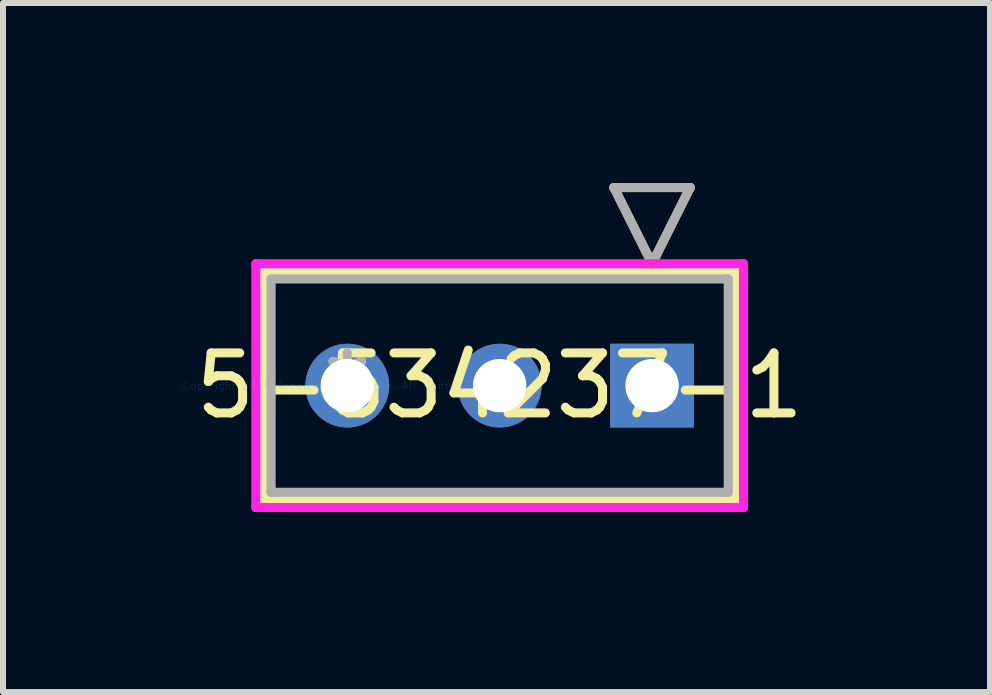
<source format=kicad_pcb>
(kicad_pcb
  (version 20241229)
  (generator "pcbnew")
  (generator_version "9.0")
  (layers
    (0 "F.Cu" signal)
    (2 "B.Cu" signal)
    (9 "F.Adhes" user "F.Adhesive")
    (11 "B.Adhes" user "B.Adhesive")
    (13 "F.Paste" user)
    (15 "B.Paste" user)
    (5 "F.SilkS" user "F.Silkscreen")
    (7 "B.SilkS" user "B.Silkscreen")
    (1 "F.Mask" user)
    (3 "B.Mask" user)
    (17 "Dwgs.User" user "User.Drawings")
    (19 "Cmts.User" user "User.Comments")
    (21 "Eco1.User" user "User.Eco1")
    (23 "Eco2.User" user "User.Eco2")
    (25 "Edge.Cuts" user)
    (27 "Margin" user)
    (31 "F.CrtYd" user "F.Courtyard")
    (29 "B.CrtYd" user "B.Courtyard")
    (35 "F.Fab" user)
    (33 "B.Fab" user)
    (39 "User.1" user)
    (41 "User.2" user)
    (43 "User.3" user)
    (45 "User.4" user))
  (footprint "5-534237-1"
    (layer "F.Cu")
    (at 2.739 3.378)
    (property "Reference" "5-534237-1" (at 2.54 0 0) (layer "F.SilkS") (effects (font (size 1 1) (thickness 0.15))))
    (attr through_hole)
    (fp_line (start -1.397 -1.905) (end -1.397 1.905) (stroke (width 0.152) (type solid)) (layer "F.SilkS"))
    (fp_line (start -1.397 1.905) (end 6.477 1.905) (stroke (width 0.152) (type solid)) (layer "F.SilkS"))
    (fp_line (start 4.445 -3.302) (end 5.715 -3.302) (stroke (width 0.152) (type solid)) (layer "F.SilkS"))
    (fp_line (start 5.08 -2.032) (end 4.445 -3.302) (stroke (width 0.152) (type solid)) (layer "F.SilkS"))
    (fp_line (start 5.715 -3.302) (end 5.08 -2.032) (stroke (width 0.152) (type solid)) (layer "F.SilkS"))
    (fp_line (start 6.477 -1.905) (end -1.397 -1.905) (stroke (width 0.152) (type solid)) (layer "F.SilkS"))
    (fp_line (start 6.477 1.905) (end 6.477 -1.905) (stroke (width 0.152) (type solid)) (layer "F.SilkS"))
    (fp_line (start -1.524 -2.032) (end -1.524 2.032) (stroke (width 0.152) (type solid)) (layer "F.CrtYd"))
    (fp_line (start -1.524 2.032) (end 6.604 2.032) (stroke (width 0.152) (type solid)) (layer "F.CrtYd"))
    (fp_line (start 6.604 -2.032) (end -1.524 -2.032) (stroke (width 0.152) (type solid)) (layer "F.CrtYd"))
    (fp_line (start 6.604 2.032) (end 6.604 -2.032) (stroke (width 0.152) (type solid)) (layer "F.CrtYd"))
    (fp_line (start -1.27 -1.778) (end -1.27 1.778) (stroke (width 0.152) (type solid)) (layer "F.Fab"))
    (fp_line (start -1.27 1.778) (end 6.35 1.778) (stroke (width 0.152) (type solid)) (layer "F.Fab"))
    (fp_line (start 4.445 -3.302) (end 5.715 -3.302) (stroke (width 0.152) (type solid)) (layer "F.Fab"))
    (fp_line (start 5.08 -2.032) (end 4.445 -3.302) (stroke (width 0.152) (type solid)) (layer "F.Fab"))
    (fp_line (start 5.715 -3.302) (end 5.08 -2.032) (stroke (width 0.152) (type solid)) (layer "F.Fab"))
    (fp_line (start 6.35 -1.778) (end -1.27 -1.778) (stroke (width 0.152) (type solid)) (layer "F.Fab"))
    (fp_line (start 6.35 1.778) (end 6.35 -1.778) (stroke (width 0.152) (type solid)) (layer "F.Fab"))
    (fp_text user "*" (at 0 0 0) (layer "F.SilkS") (effects (font (size 1 1) (thickness 0.15))))
    (fp_text user "Copyright 2016 Accelerated Designs. All rights reserved." (at 0 0 0) (layer "Cmts.User") (effects (font (size 0.127 0.127) (thickness 0.002))))
    (fp_text user "*" (at 0 0 0) (layer "F.Fab") (effects (font (size 1 1) (thickness 0.15))))
    (pad "1" thru_hole rect (at 5.08 0) (size 1.397 1.397) (drill 0.889) (layers "*.Cu" "*.Mask"))
    (pad "2" thru_hole circle (at 2.54 0) (size 1.397 1.397) (drill 0.889) (layers "*.Cu" "*.Mask"))
    (pad "3" thru_hole circle (at 0 0) (size 1.397 1.397) (drill 0.889) (layers "*.Cu" "*.Mask")))
  (gr_rect
    (start -3 -3)
    (end 13.452 8.486)
    (stroke (width 0.1) (type default))
    (fill no)
    (layer "Edge.Cuts")))
</source>
